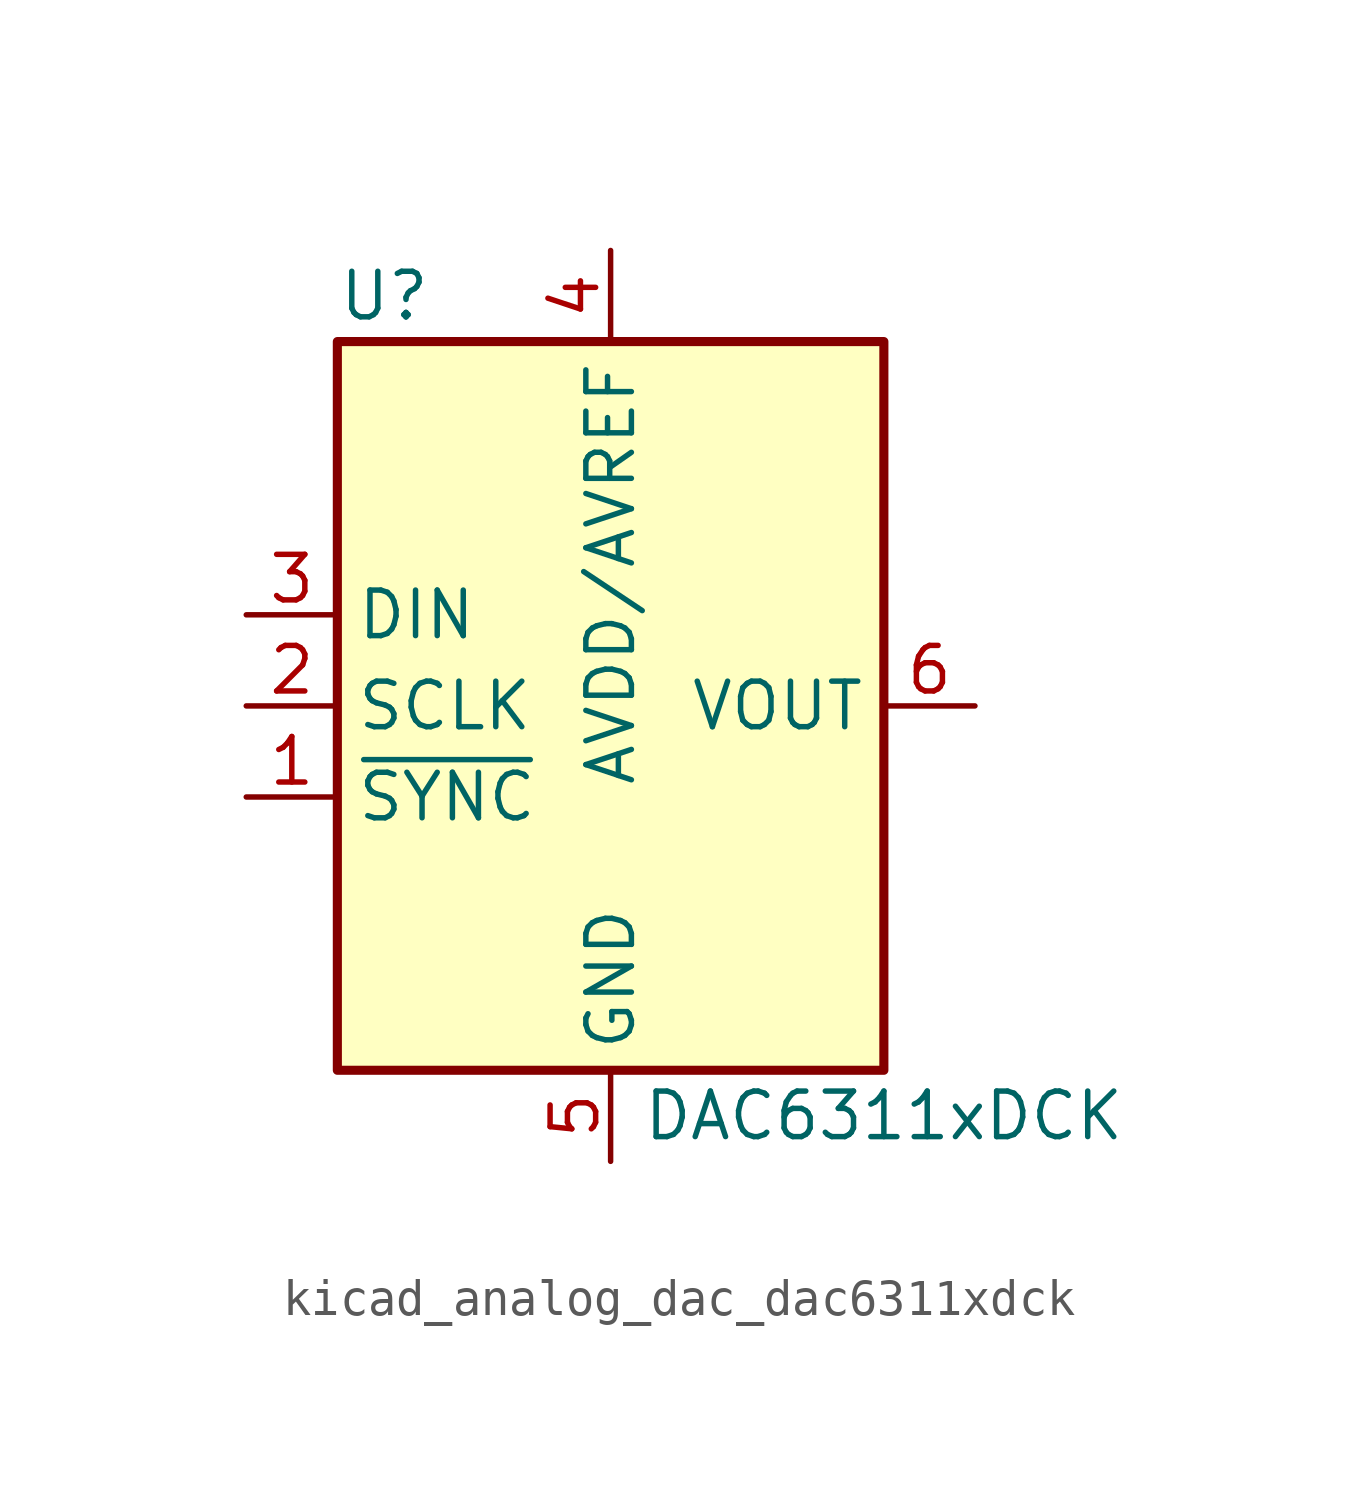
<source format=kicad_sym>
(kicad_symbol_lib
  (version 20220914)
  (generator kicad_symbol_editor)
  (symbol "kicad_analog_dac_dac6311xdck"
    (property "Reference" "U"
      (at -7.62 11.43 0)
      (effects (font (size 1.27 1.27)) (justify left)))
    (property "Value" "DAC6311xDCK"
      (at 7.62 -11.43 0)
      (effects (font (size 1.27 1.27))))
    (symbol "kicad_analog_dac_dac6311xdck_0_1"
      (rectangle (start -7.62 10.16) (end 7.62 -10.16) (stroke (width 0.254) (type default)) (fill (type background))))
    (symbol "kicad_analog_dac_dac6311xdck_1_1"
      (pin input line (at -10.16 -2.54 0) (length 2.54) (name "~{SYNC}" (effects (font (size 1.27 1.27)))) (number "1" (effects (font (size 1.27 1.27)))))
      (pin input line (at -10.16 0 0) (length 2.54) (name "SCLK" (effects (font (size 1.27 1.27)))) (number "2" (effects (font (size 1.27 1.27)))))
      (pin input line (at -10.16 2.54 0) (length 2.54) (name "DIN" (effects (font (size 1.27 1.27)))) (number "3" (effects (font (size 1.27 1.27)))))
      (pin power_in line (at 0 12.7 270) (length 2.54) (name "AVDD/AVREF" (effects (font (size 1.27 1.27)))) (number "4" (effects (font (size 1.27 1.27)))))
      (pin power_in line (at 0 -12.7 90) (length 2.54) (name "GND" (effects (font (size 1.27 1.27)))) (number "5" (effects (font (size 1.27 1.27)))))
      (pin output line (at 10.16 0 180) (length 2.54) (name "VOUT" (effects (font (size 1.27 1.27)))) (number "6" (effects (font (size 1.27 1.27))))))))
</source>
